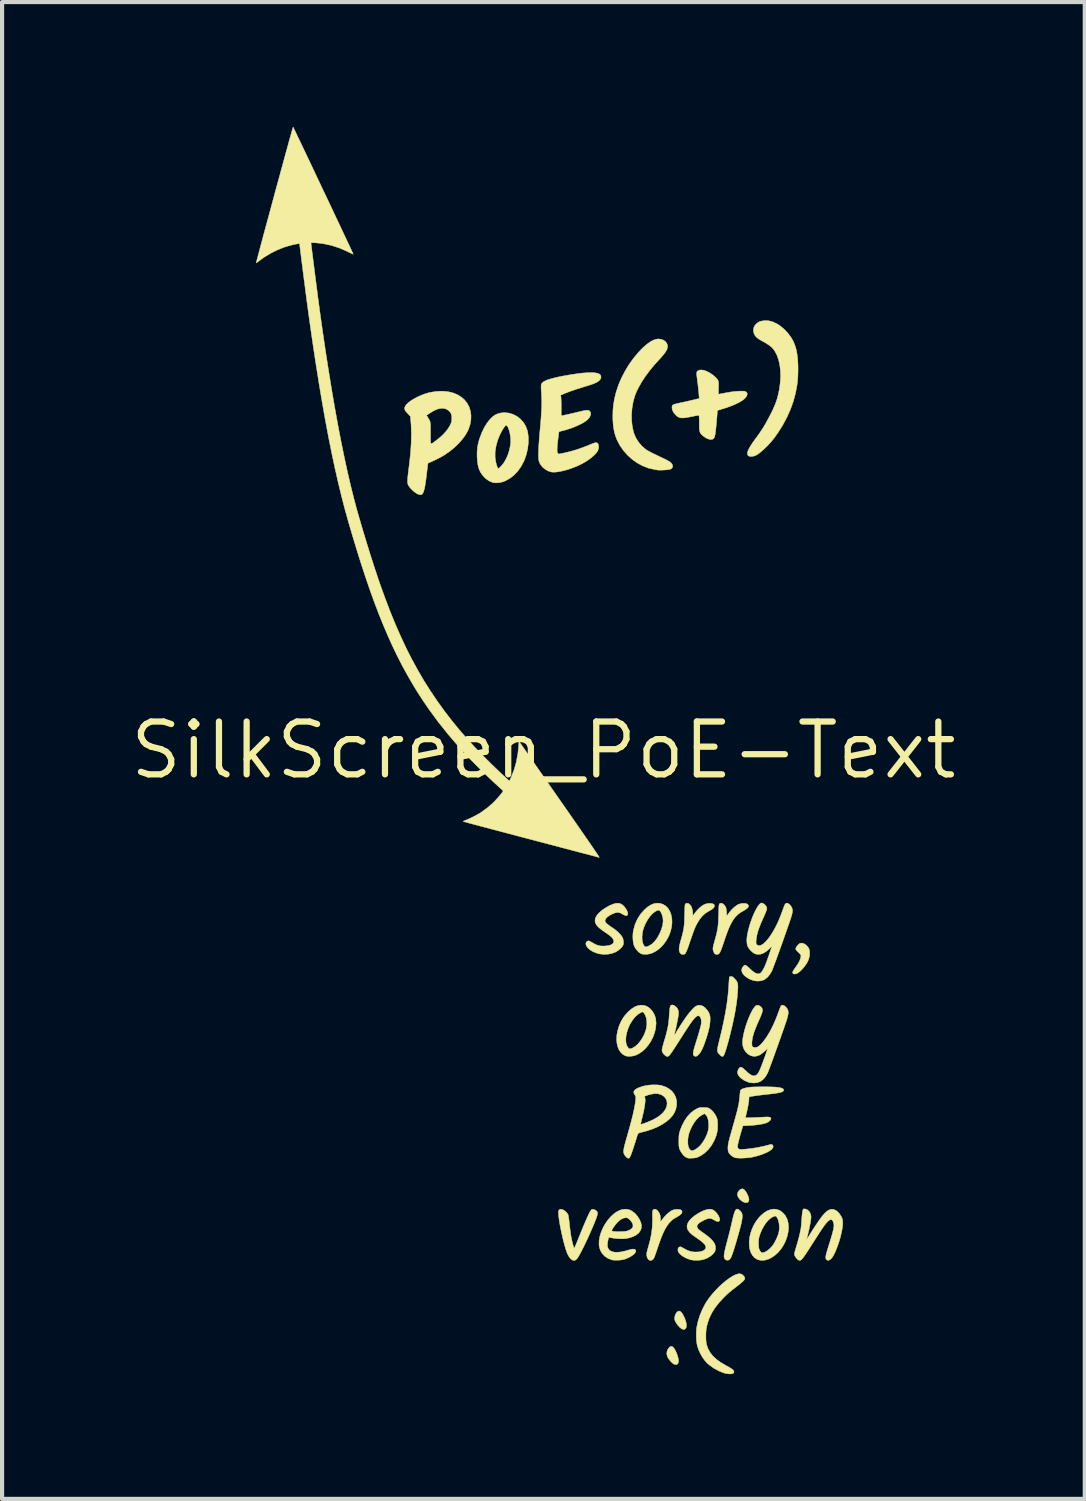
<source format=kicad_pcb>
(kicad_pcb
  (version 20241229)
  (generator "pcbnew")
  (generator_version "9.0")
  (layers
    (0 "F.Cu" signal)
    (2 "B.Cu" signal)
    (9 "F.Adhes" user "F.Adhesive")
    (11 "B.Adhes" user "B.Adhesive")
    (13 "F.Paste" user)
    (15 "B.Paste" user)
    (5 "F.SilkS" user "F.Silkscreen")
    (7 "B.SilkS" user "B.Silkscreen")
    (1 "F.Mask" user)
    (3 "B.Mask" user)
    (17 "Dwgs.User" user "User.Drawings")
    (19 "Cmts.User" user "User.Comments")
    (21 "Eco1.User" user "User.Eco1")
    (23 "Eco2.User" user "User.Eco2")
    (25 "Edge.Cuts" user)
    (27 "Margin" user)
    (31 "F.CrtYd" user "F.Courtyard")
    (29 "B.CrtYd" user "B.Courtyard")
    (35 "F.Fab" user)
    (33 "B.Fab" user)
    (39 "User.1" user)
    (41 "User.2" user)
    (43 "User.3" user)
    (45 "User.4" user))
  (footprint "SilkScreen_PoE-Text"
    (layer "F.Cu")
    (at 10.016 14.988)
    (property "Reference" "SilkScreen_PoE-Text" (at 0 0 0) (layer "F.SilkS") (effects (font (size 1.27 1.27) (thickness 0.15))))
    (attr through_hole)
    (fp_poly (pts (xy 4.808 10.551) (xy 4.836 10.574) (xy 4.865 10.612) (xy 4.894 10.66) (xy 4.918 10.712) (xy 4.935 10.762) (xy 4.942 10.805) (xy 4.942 10.809) (xy 4.934 10.846) (xy 4.912 10.87) (xy 4.879 10.879) (xy 4.838 10.874) (xy 4.792 10.854) (xy 4.777 10.845) (xy 4.726 10.804) (xy 4.689 10.757) (xy 4.668 10.71) (xy 4.663 10.678) (xy 4.672 10.637) (xy 4.693 10.6) (xy 4.722 10.569) (xy 4.755 10.55) (xy 4.789 10.545) (xy 4.808 10.551)) (stroke (width 0.01) (type solid)) (fill yes) (layer "F.SilkS"))
    (fp_poly (pts (xy 3.109 14.347) (xy 3.116 14.352) (xy 3.141 14.38) (xy 3.168 14.424) (xy 3.194 14.478) (xy 3.217 14.538) (xy 3.235 14.597) (xy 3.246 14.651) (xy 3.249 14.684) (xy 3.242 14.73) (xy 3.222 14.76) (xy 3.192 14.773) (xy 3.153 14.767) (xy 3.127 14.755) (xy 3.092 14.727) (xy 3.054 14.688) (xy 3.018 14.643) (xy 2.99 14.6) (xy 2.985 14.59) (xy 2.967 14.529) (xy 2.968 14.467) (xy 2.989 14.408) (xy 3.024 14.359) (xy 3.053 14.336) (xy 3.079 14.332) (xy 3.109 14.347)) (stroke (width 0.01) (type solid)) (fill yes) (layer "F.SilkS"))
    (fp_poly (pts (xy 3.292 13.493) (xy 3.323 13.523) (xy 3.354 13.569) (xy 3.386 13.631) (xy 3.415 13.706) (xy 3.418 13.714) (xy 3.434 13.778) (xy 3.439 13.834) (xy 3.433 13.878) (xy 3.416 13.909) (xy 3.391 13.925) (xy 3.357 13.925) (xy 3.318 13.908) (xy 3.276 13.875) (xy 3.234 13.829) (xy 3.192 13.769) (xy 3.169 13.73) (xy 3.157 13.697) (xy 3.154 13.662) (xy 3.154 13.66) (xy 3.16 13.608) (xy 3.176 13.56) (xy 3.201 13.521) (xy 3.23 13.493) (xy 3.262 13.483) (xy 3.262 13.483) (xy 3.292 13.493)) (stroke (width 0.01) (type solid)) (fill yes) (layer "F.SilkS"))
    (fp_poly (pts (xy 6.219 4.638) (xy 6.273 4.655) (xy 6.323 4.69) (xy 6.367 4.742) (xy 6.369 4.744) (xy 6.386 4.774) (xy 6.395 4.806) (xy 6.4 4.849) (xy 6.401 4.864) (xy 6.397 4.95) (xy 6.374 5.036) (xy 6.332 5.121) (xy 6.271 5.208) (xy 6.225 5.261) (xy 6.168 5.318) (xy 6.117 5.357) (xy 6.073 5.377) (xy 6.034 5.381) (xy 6.014 5.376) (xy 5.996 5.364) (xy 5.991 5.344) (xy 5.999 5.316) (xy 6.022 5.277) (xy 6.058 5.225) (xy 6.061 5.222) (xy 6.117 5.14) (xy 6.157 5.068) (xy 6.181 5.006) (xy 6.189 4.967) (xy 6.191 4.944) (xy 6.188 4.927) (xy 6.178 4.909) (xy 6.158 4.887) (xy 6.129 4.859) (xy 6.099 4.829) (xy 6.077 4.802) (xy 6.065 4.783) (xy 6.064 4.779) (xy 6.073 4.746) (xy 6.097 4.707) (xy 6.133 4.669) (xy 6.134 4.668) (xy 6.161 4.646) (xy 6.184 4.638) (xy 6.212 4.638) (xy 6.219 4.638)) (stroke (width 0.01) (type solid)) (fill yes) (layer "F.SilkS"))
    (fp_poly (pts (xy 4.686 11.039) (xy 4.712 11.058) (xy 4.724 11.069) (xy 4.752 11.1) (xy 4.771 11.133) (xy 4.781 11.173) (xy 4.782 11.222) (xy 4.775 11.282) (xy 4.76 11.359) (xy 4.753 11.392) (xy 4.733 11.471) (xy 4.71 11.558) (xy 4.685 11.649) (xy 4.658 11.742) (xy 4.631 11.834) (xy 4.604 11.922) (xy 4.579 12.004) (xy 4.555 12.076) (xy 4.534 12.136) (xy 4.517 12.18) (xy 4.506 12.204) (xy 4.477 12.242) (xy 4.443 12.262) (xy 4.406 12.261) (xy 4.387 12.253) (xy 4.368 12.24) (xy 4.354 12.222) (xy 4.345 12.198) (xy 4.342 12.167) (xy 4.345 12.125) (xy 4.353 12.072) (xy 4.368 12.004) (xy 4.388 11.921) (xy 4.415 11.819) (xy 4.417 11.811) (xy 4.439 11.728) (xy 4.462 11.639) (xy 4.484 11.552) (xy 4.503 11.471) (xy 4.519 11.402) (xy 4.525 11.379) (xy 4.548 11.277) (xy 4.569 11.194) (xy 4.588 11.13) (xy 4.606 11.083) (xy 4.624 11.051) (xy 4.643 11.035) (xy 4.663 11.031) (xy 4.686 11.039)) (stroke (width 0.01) (type solid)) (fill yes) (layer "F.SilkS"))
    (fp_poly (pts (xy 4.535 5.443) (xy 4.555 5.453) (xy 4.579 5.474) (xy 4.602 5.499) (xy 4.63 5.53) (xy 4.65 5.559) (xy 4.664 5.588) (xy 4.672 5.623) (xy 4.676 5.665) (xy 4.675 5.72) (xy 4.671 5.791) (xy 4.669 5.819) (xy 4.657 5.96) (xy 4.638 6.107) (xy 4.614 6.262) (xy 4.582 6.427) (xy 4.544 6.606) (xy 4.497 6.801) (xy 4.476 6.884) (xy 4.451 6.983) (xy 4.425 7.074) (xy 4.401 7.157) (xy 4.379 7.228) (xy 4.359 7.285) (xy 4.342 7.325) (xy 4.333 7.342) (xy 4.316 7.36) (xy 4.297 7.363) (xy 4.272 7.351) (xy 4.239 7.321) (xy 4.231 7.313) (xy 4.211 7.29) (xy 4.195 7.269) (xy 4.186 7.247) (xy 4.182 7.22) (xy 4.184 7.186) (xy 4.191 7.141) (xy 4.204 7.083) (xy 4.222 7.008) (xy 4.227 6.987) (xy 4.286 6.745) (xy 4.335 6.519) (xy 4.376 6.309) (xy 4.409 6.111) (xy 4.433 5.925) (xy 4.45 5.747) (xy 4.456 5.651) (xy 4.459 5.589) (xy 4.463 5.535) (xy 4.466 5.491) (xy 4.47 5.461) (xy 4.472 5.45) (xy 4.486 5.443) (xy 4.511 5.44) (xy 4.513 5.44) (xy 4.535 5.443)) (stroke (width 0.01) (type solid)) (fill yes) (layer "F.SilkS"))
    (fp_poly (pts (xy 2.697 11.036) (xy 2.728 11.056) (xy 2.753 11.081) (xy 2.787 11.129) (xy 2.807 11.188) (xy 2.815 11.261) (xy 2.815 11.277) (xy 2.815 11.337) (xy 2.862 11.275) (xy 2.912 11.214) (xy 2.967 11.158) (xy 3.022 11.11) (xy 3.073 11.075) (xy 3.092 11.065) (xy 3.142 11.046) (xy 3.195 11.039) (xy 3.218 11.039) (xy 3.272 11.042) (xy 3.309 11.054) (xy 3.329 11.076) (xy 3.334 11.101) (xy 3.327 11.128) (xy 3.305 11.155) (xy 3.267 11.186) (xy 3.211 11.221) (xy 3.187 11.234) (xy 3.125 11.272) (xy 3.07 11.318) (xy 3.018 11.373) (xy 2.969 11.44) (xy 2.922 11.52) (xy 2.876 11.614) (xy 2.83 11.725) (xy 2.783 11.854) (xy 2.756 11.933) (xy 2.733 12.002) (xy 2.711 12.066) (xy 2.692 12.121) (xy 2.676 12.165) (xy 2.665 12.194) (xy 2.661 12.203) (xy 2.635 12.241) (xy 2.602 12.263) (xy 2.569 12.269) (xy 2.556 12.266) (xy 2.522 12.242) (xy 2.497 12.204) (xy 2.484 12.154) (xy 2.484 12.097) (xy 2.486 12.079) (xy 2.494 12.046) (xy 2.506 12) (xy 2.52 11.948) (xy 2.529 11.916) (xy 2.57 11.762) (xy 2.599 11.614) (xy 2.616 11.464) (xy 2.622 11.306) (xy 2.622 11.225) (xy 2.621 11.165) (xy 2.621 11.122) (xy 2.622 11.092) (xy 2.626 11.074) (xy 2.631 11.062) (xy 2.639 11.053) (xy 2.645 11.048) (xy 2.671 11.034) (xy 2.697 11.036)) (stroke (width 0.01) (type solid)) (fill yes) (layer "F.SilkS"))
    (fp_poly (pts (xy 3.478 3.682) (xy 3.491 3.687) (xy 3.53 3.72) (xy 3.561 3.769) (xy 3.58 3.834) (xy 3.588 3.892) (xy 3.593 3.98) (xy 3.64 3.915) (xy 3.692 3.852) (xy 3.751 3.793) (xy 3.81 3.744) (xy 3.864 3.711) (xy 3.911 3.693) (xy 3.961 3.684) (xy 4.011 3.682) (xy 4.056 3.687) (xy 4.09 3.7) (xy 4.11 3.72) (xy 4.111 3.724) (xy 4.112 3.754) (xy 4.097 3.784) (xy 4.064 3.816) (xy 4.011 3.85) (xy 3.962 3.877) (xy 3.886 3.926) (xy 3.814 3.994) (xy 3.747 4.079) (xy 3.687 4.179) (xy 3.648 4.259) (xy 3.632 4.299) (xy 3.611 4.354) (xy 3.587 4.42) (xy 3.562 4.491) (xy 3.537 4.564) (xy 3.532 4.577) (xy 3.5 4.672) (xy 3.474 4.747) (xy 3.451 4.806) (xy 3.432 4.849) (xy 3.416 4.879) (xy 3.402 4.897) (xy 3.392 4.904) (xy 3.356 4.911) (xy 3.321 4.906) (xy 3.299 4.892) (xy 3.278 4.862) (xy 3.265 4.827) (xy 3.261 4.783) (xy 3.266 4.729) (xy 3.279 4.661) (xy 3.301 4.577) (xy 3.303 4.572) (xy 3.329 4.478) (xy 3.35 4.399) (xy 3.365 4.329) (xy 3.376 4.263) (xy 3.384 4.196) (xy 3.389 4.121) (xy 3.392 4.035) (xy 3.393 3.979) (xy 3.395 3.909) (xy 3.397 3.845) (xy 3.399 3.79) (xy 3.401 3.748) (xy 3.403 3.722) (xy 3.403 3.717) (xy 3.418 3.69) (xy 3.445 3.678) (xy 3.478 3.682)) (stroke (width 0.01) (type solid)) (fill yes) (layer "F.SilkS"))
    (fp_poly (pts (xy 4.304 3.684) (xy 4.339 3.711) (xy 4.374 3.756) (xy 4.374 3.756) (xy 4.387 3.783) (xy 4.395 3.817) (xy 4.401 3.863) (xy 4.403 3.888) (xy 4.408 3.983) (xy 4.464 3.908) (xy 4.528 3.831) (xy 4.596 3.767) (xy 4.664 3.719) (xy 4.683 3.709) (xy 4.727 3.693) (xy 4.778 3.683) (xy 4.828 3.681) (xy 4.872 3.686) (xy 4.904 3.699) (xy 4.911 3.704) (xy 4.929 3.732) (xy 4.93 3.76) (xy 4.911 3.789) (xy 4.873 3.821) (xy 4.816 3.857) (xy 4.805 3.863) (xy 4.746 3.897) (xy 4.693 3.935) (xy 4.646 3.977) (xy 4.601 4.026) (xy 4.56 4.083) (xy 4.52 4.151) (xy 4.48 4.23) (xy 4.44 4.324) (xy 4.399 4.432) (xy 4.355 4.559) (xy 4.314 4.683) (xy 4.287 4.76) (xy 4.264 4.819) (xy 4.244 4.861) (xy 4.223 4.889) (xy 4.203 4.905) (xy 4.18 4.911) (xy 4.177 4.911) (xy 4.147 4.907) (xy 4.125 4.897) (xy 4.105 4.874) (xy 4.088 4.837) (xy 4.077 4.796) (xy 4.075 4.77) (xy 4.077 4.747) (xy 4.085 4.708) (xy 4.097 4.659) (xy 4.112 4.603) (xy 4.118 4.581) (xy 4.144 4.488) (xy 4.164 4.409) (xy 4.179 4.339) (xy 4.191 4.273) (xy 4.199 4.206) (xy 4.205 4.131) (xy 4.208 4.045) (xy 4.211 3.96) (xy 4.213 3.879) (xy 4.215 3.817) (xy 4.217 3.771) (xy 4.22 3.738) (xy 4.223 3.716) (xy 4.227 3.702) (xy 4.232 3.693) (xy 4.239 3.687) (xy 4.27 3.676) (xy 4.304 3.684)) (stroke (width 0.01) (type solid)) (fill yes) (layer "F.SilkS"))
    (fp_poly (pts (xy 2.807 3.682) (xy 2.882 3.708) (xy 2.947 3.75) (xy 3 3.807) (xy 3.042 3.877) (xy 3.071 3.958) (xy 3.088 4.047) (xy 3.092 4.144) (xy 3.082 4.245) (xy 3.058 4.35) (xy 3.019 4.456) (xy 3.01 4.475) (xy 2.953 4.579) (xy 2.884 4.673) (xy 2.806 4.755) (xy 2.72 4.821) (xy 2.63 4.871) (xy 2.56 4.895) (xy 2.492 4.907) (xy 2.424 4.908) (xy 2.363 4.899) (xy 2.361 4.898) (xy 2.325 4.88) (xy 2.285 4.848) (xy 2.245 4.806) (xy 2.21 4.759) (xy 2.185 4.713) (xy 2.181 4.704) (xy 2.163 4.641) (xy 2.153 4.564) (xy 2.15 4.491) (xy 2.371 4.491) (xy 2.374 4.564) (xy 2.386 4.628) (xy 2.406 4.68) (xy 2.425 4.706) (xy 2.442 4.722) (xy 2.458 4.729) (xy 2.48 4.726) (xy 2.511 4.715) (xy 2.536 4.704) (xy 2.606 4.662) (xy 2.673 4.599) (xy 2.735 4.516) (xy 2.787 4.423) (xy 2.836 4.311) (xy 2.866 4.207) (xy 2.878 4.111) (xy 2.871 4.021) (xy 2.845 3.938) (xy 2.837 3.92) (xy 2.813 3.878) (xy 2.792 3.854) (xy 2.769 3.846) (xy 2.74 3.851) (xy 2.735 3.853) (xy 2.676 3.885) (xy 2.616 3.935) (xy 2.558 3.999) (xy 2.505 4.076) (xy 2.457 4.161) (xy 2.418 4.252) (xy 2.391 4.336) (xy 2.377 4.414) (xy 2.371 4.491) (xy 2.15 4.491) (xy 2.149 4.481) (xy 2.154 4.396) (xy 2.164 4.329) (xy 2.202 4.19) (xy 2.258 4.062) (xy 2.333 3.944) (xy 2.423 3.841) (xy 2.504 3.769) (xy 2.583 3.718) (xy 2.66 3.687) (xy 2.738 3.676) (xy 2.807 3.682)) (stroke (width 0.01) (type solid)) (fill yes) (layer "F.SilkS"))
    (fp_poly (pts (xy 2.429 6.138) (xy 2.447 6.142) (xy 2.511 6.171) (xy 2.57 6.218) (xy 2.622 6.278) (xy 2.664 6.349) (xy 2.692 6.426) (xy 2.699 6.455) (xy 2.709 6.561) (xy 2.7 6.671) (xy 2.676 6.782) (xy 2.637 6.891) (xy 2.585 6.995) (xy 2.52 7.092) (xy 2.446 7.178) (xy 2.364 7.251) (xy 2.274 7.308) (xy 2.217 7.334) (xy 2.155 7.351) (xy 2.09 7.36) (xy 2.029 7.36) (xy 1.984 7.352) (xy 1.918 7.32) (xy 1.864 7.271) (xy 1.82 7.209) (xy 1.788 7.133) (xy 1.768 7.048) (xy 1.76 6.964) (xy 1.98 6.964) (xy 1.986 7.039) (xy 2.005 7.102) (xy 2.034 7.15) (xy 2.053 7.17) (xy 2.07 7.179) (xy 2.091 7.179) (xy 2.121 7.169) (xy 2.155 7.153) (xy 2.215 7.115) (xy 2.274 7.061) (xy 2.33 6.992) (xy 2.382 6.913) (xy 2.426 6.828) (xy 2.459 6.74) (xy 2.475 6.68) (xy 2.486 6.6) (xy 2.485 6.52) (xy 2.474 6.444) (xy 2.453 6.378) (xy 2.423 6.326) (xy 2.422 6.325) (xy 2.402 6.302) (xy 2.388 6.293) (xy 2.371 6.295) (xy 2.353 6.302) (xy 2.282 6.343) (xy 2.213 6.403) (xy 2.149 6.48) (xy 2.09 6.573) (xy 2.074 6.604) (xy 2.033 6.697) (xy 2.004 6.79) (xy 1.986 6.88) (xy 1.98 6.964) (xy 1.76 6.964) (xy 1.76 6.955) (xy 1.764 6.856) (xy 1.782 6.753) (xy 1.813 6.648) (xy 1.834 6.593) (xy 1.871 6.513) (xy 1.908 6.447) (xy 1.95 6.388) (xy 2.001 6.329) (xy 2.032 6.295) (xy 2.113 6.223) (xy 2.192 6.171) (xy 2.271 6.14) (xy 2.349 6.129) (xy 2.429 6.138)) (stroke (width 0.01) (type solid)) (fill yes) (layer "F.SilkS"))
    (fp_poly (pts (xy 5.612 11.04) (xy 5.683 11.066) (xy 5.748 11.113) (xy 5.807 11.178) (xy 5.822 11.2) (xy 5.863 11.282) (xy 5.886 11.375) (xy 5.894 11.477) (xy 5.884 11.585) (xy 5.858 11.698) (xy 5.817 11.811) (xy 5.767 11.909) (xy 5.708 11.998) (xy 5.64 12.077) (xy 5.566 12.143) (xy 5.488 12.197) (xy 5.409 12.236) (xy 5.329 12.26) (xy 5.251 12.267) (xy 5.176 12.255) (xy 5.137 12.241) (xy 5.075 12.201) (xy 5.025 12.146) (xy 4.988 12.078) (xy 4.962 12) (xy 4.949 11.913) (xy 4.948 11.848) (xy 5.171 11.848) (xy 5.173 11.919) (xy 5.18 11.973) (xy 5.194 12.015) (xy 5.215 12.049) (xy 5.224 12.06) (xy 5.244 12.076) (xy 5.265 12.082) (xy 5.293 12.078) (xy 5.333 12.061) (xy 5.352 12.052) (xy 5.394 12.025) (xy 5.441 11.985) (xy 5.487 11.937) (xy 5.526 11.888) (xy 5.557 11.837) (xy 5.59 11.774) (xy 5.62 11.707) (xy 5.645 11.643) (xy 5.658 11.6) (xy 5.669 11.532) (xy 5.672 11.459) (xy 5.666 11.387) (xy 5.653 11.321) (xy 5.633 11.264) (xy 5.607 11.221) (xy 5.598 11.212) (xy 5.584 11.202) (xy 5.57 11.2) (xy 5.549 11.205) (xy 5.529 11.213) (xy 5.471 11.245) (xy 5.412 11.295) (xy 5.354 11.36) (xy 5.301 11.439) (xy 5.253 11.527) (xy 5.213 11.622) (xy 5.209 11.634) (xy 5.191 11.688) (xy 5.18 11.73) (xy 5.174 11.771) (xy 5.171 11.816) (xy 5.171 11.848) (xy 4.948 11.848) (xy 4.947 11.82) (xy 4.957 11.722) (xy 4.978 11.622) (xy 5.011 11.523) (xy 5.054 11.425) (xy 5.109 11.332) (xy 5.174 11.245) (xy 5.218 11.198) (xy 5.298 11.127) (xy 5.378 11.076) (xy 5.459 11.045) (xy 5.537 11.032) (xy 5.612 11.04)) (stroke (width 0.01) (type solid)) (fill yes) (layer "F.SilkS"))
    (fp_poly (pts (xy 5.408 -10.327) (xy 5.504 -10.303) (xy 5.6 -10.261) (xy 5.695 -10.201) (xy 5.787 -10.123) (xy 5.876 -10.029) (xy 5.897 -10.003) (xy 5.957 -9.92) (xy 6.007 -9.833) (xy 6.046 -9.739) (xy 6.077 -9.637) (xy 6.099 -9.524) (xy 6.113 -9.397) (xy 6.121 -9.254) (xy 6.122 -9.16) (xy 6.12 -9.048) (xy 6.116 -8.95) (xy 6.108 -8.859) (xy 6.096 -8.768) (xy 6.078 -8.67) (xy 6.058 -8.572) (xy 6.008 -8.387) (xy 5.94 -8.197) (xy 5.855 -8.006) (xy 5.755 -7.819) (xy 5.641 -7.637) (xy 5.543 -7.5) (xy 5.482 -7.425) (xy 5.414 -7.349) (xy 5.343 -7.277) (xy 5.272 -7.211) (xy 5.204 -7.154) (xy 5.142 -7.109) (xy 5.103 -7.087) (xy 5.065 -7.073) (xy 5.021 -7.065) (xy 4.978 -7.063) (xy 4.946 -7.069) (xy 4.946 -7.069) (xy 4.919 -7.087) (xy 4.905 -7.113) (xy 4.904 -7.148) (xy 4.915 -7.193) (xy 4.941 -7.249) (xy 4.98 -7.317) (xy 5.033 -7.398) (xy 5.101 -7.493) (xy 5.116 -7.512) (xy 5.199 -7.627) (xy 5.272 -7.738) (xy 5.341 -7.852) (xy 5.409 -7.976) (xy 5.444 -8.043) (xy 5.495 -8.144) (xy 5.535 -8.23) (xy 5.568 -8.307) (xy 5.595 -8.378) (xy 5.618 -8.447) (xy 5.634 -8.504) (xy 5.67 -8.666) (xy 5.692 -8.825) (xy 5.702 -8.979) (xy 5.698 -9.125) (xy 5.682 -9.263) (xy 5.653 -9.39) (xy 5.612 -9.504) (xy 5.558 -9.603) (xy 5.525 -9.649) (xy 5.477 -9.698) (xy 5.411 -9.749) (xy 5.326 -9.802) (xy 5.249 -9.844) (xy 5.173 -9.888) (xy 5.117 -9.934) (xy 5.078 -9.984) (xy 5.056 -10.039) (xy 5.048 -10.103) (xy 5.048 -10.109) (xy 5.059 -10.165) (xy 5.087 -10.218) (xy 5.13 -10.264) (xy 5.184 -10.299) (xy 5.222 -10.314) (xy 5.314 -10.33) (xy 5.408 -10.327)) (stroke (width 0.01) (type solid)) (fill yes) (layer "F.SilkS"))
    (fp_poly (pts (xy -0.832 -8.107) (xy -0.732 -8.077) (xy -0.64 -8.03) (xy -0.559 -7.968) (xy -0.488 -7.891) (xy -0.432 -7.802) (xy -0.392 -7.703) (xy -0.376 -7.638) (xy -0.361 -7.516) (xy -0.363 -7.385) (xy -0.379 -7.25) (xy -0.409 -7.117) (xy -0.452 -6.99) (xy -0.471 -6.946) (xy -0.538 -6.822) (xy -0.616 -6.711) (xy -0.706 -6.616) (xy -0.804 -6.539) (xy -0.91 -6.479) (xy -0.971 -6.455) (xy -1.03 -6.439) (xy -1.094 -6.43) (xy -1.156 -6.428) (xy -1.208 -6.434) (xy -1.222 -6.438) (xy -1.305 -6.474) (xy -1.377 -6.523) (xy -1.418 -6.56) (xy -1.474 -6.624) (xy -1.518 -6.692) (xy -1.551 -6.766) (xy -1.574 -6.852) (xy -1.588 -6.951) (xy -1.595 -7.048) (xy -1.595 -7.049) (xy -1.162 -7.049) (xy -1.145 -6.929) (xy -1.125 -6.853) (xy -1.108 -6.807) (xy -1.093 -6.781) (xy -1.079 -6.773) (xy -1.069 -6.781) (xy -1.048 -6.8) (xy -1.02 -6.828) (xy -1.007 -6.842) (xy -0.947 -6.918) (xy -0.895 -7.011) (xy -0.85 -7.114) (xy -0.816 -7.225) (xy -0.794 -7.339) (xy -0.787 -7.403) (xy -0.787 -7.468) (xy -0.793 -7.538) (xy -0.804 -7.609) (xy -0.82 -7.676) (xy -0.839 -7.734) (xy -0.86 -7.781) (xy -0.883 -7.81) (xy -0.884 -7.811) (xy -0.899 -7.811) (xy -0.92 -7.794) (xy -0.946 -7.762) (xy -0.975 -7.719) (xy -1.006 -7.666) (xy -1.037 -7.606) (xy -1.066 -7.541) (xy -1.092 -7.475) (xy -1.105 -7.437) (xy -1.142 -7.3) (xy -1.161 -7.172) (xy -1.162 -7.049) (xy -1.595 -7.049) (xy -1.596 -7.161) (xy -1.589 -7.262) (xy -1.572 -7.359) (xy -1.546 -7.46) (xy -1.529 -7.51) (xy -1.482 -7.635) (xy -1.427 -7.75) (xy -1.366 -7.852) (xy -1.3 -7.94) (xy -1.231 -8.011) (xy -1.175 -8.054) (xy -1.111 -8.085) (xy -1.036 -8.107) (xy -0.957 -8.117) (xy -0.937 -8.117) (xy -0.832 -8.107)) (stroke (width 0.01) (type solid)) (fill yes) (layer "F.SilkS"))
    (fp_poly (pts (xy 4.745 12.591) (xy 4.789 12.613) (xy 4.823 12.65) (xy 4.83 12.661) (xy 4.841 12.687) (xy 4.843 12.705) (xy 4.835 12.724) (xy 4.83 12.733) (xy 4.814 12.752) (xy 4.786 12.78) (xy 4.747 12.813) (xy 4.703 12.85) (xy 4.688 12.861) (xy 4.618 12.916) (xy 4.561 12.96) (xy 4.515 12.997) (xy 4.477 13.028) (xy 4.445 13.056) (xy 4.415 13.083) (xy 4.384 13.113) (xy 4.349 13.147) (xy 4.339 13.157) (xy 4.221 13.283) (xy 4.124 13.408) (xy 4.045 13.534) (xy 3.984 13.664) (xy 3.94 13.797) (xy 3.92 13.883) (xy 3.912 13.941) (xy 3.907 14.012) (xy 3.906 14.087) (xy 3.907 14.162) (xy 3.912 14.229) (xy 3.92 14.281) (xy 3.921 14.285) (xy 3.954 14.383) (xy 4.003 14.475) (xy 4.071 14.562) (xy 4.157 14.643) (xy 4.263 14.72) (xy 4.389 14.794) (xy 4.401 14.8) (xy 4.473 14.84) (xy 4.527 14.874) (xy 4.562 14.903) (xy 4.58 14.93) (xy 4.582 14.954) (xy 4.569 14.976) (xy 4.566 14.98) (xy 4.542 14.991) (xy 4.503 14.996) (xy 4.454 14.995) (xy 4.4 14.988) (xy 4.345 14.975) (xy 4.334 14.971) (xy 4.217 14.924) (xy 4.101 14.861) (xy 3.993 14.785) (xy 3.938 14.738) (xy 3.881 14.675) (xy 3.825 14.598) (xy 3.775 14.51) (xy 3.732 14.418) (xy 3.702 14.328) (xy 3.699 14.319) (xy 3.687 14.253) (xy 3.678 14.172) (xy 3.675 14.083) (xy 3.676 13.993) (xy 3.681 13.909) (xy 3.688 13.863) (xy 3.719 13.723) (xy 3.765 13.579) (xy 3.825 13.437) (xy 3.894 13.304) (xy 3.93 13.248) (xy 3.993 13.158) (xy 4.066 13.068) (xy 4.144 12.981) (xy 4.226 12.898) (xy 4.31 12.82) (xy 4.394 12.751) (xy 4.475 12.692) (xy 4.552 12.643) (xy 4.622 12.609) (xy 4.682 12.59) (xy 4.697 12.587) (xy 4.745 12.591)) (stroke (width 0.01) (type solid)) (fill yes) (layer "F.SilkS"))
    (fp_poly (pts (xy 0.446 11.039) (xy 0.449 11.04) (xy 0.487 11.057) (xy 0.528 11.087) (xy 0.565 11.124) (xy 0.589 11.158) (xy 0.596 11.18) (xy 0.604 11.221) (xy 0.612 11.277) (xy 0.621 11.345) (xy 0.625 11.386) (xy 0.633 11.459) (xy 0.642 11.534) (xy 0.652 11.605) (xy 0.66 11.665) (xy 0.666 11.698) (xy 0.677 11.753) (xy 0.689 11.81) (xy 0.703 11.863) (xy 0.715 11.909) (xy 0.727 11.945) (xy 0.736 11.966) (xy 0.74 11.97) (xy 0.742 11.969) (xy 0.746 11.964) (xy 0.751 11.955) (xy 0.758 11.939) (xy 0.769 11.915) (xy 0.784 11.88) (xy 0.803 11.834) (xy 0.828 11.774) (xy 0.858 11.698) (xy 0.896 11.605) (xy 0.911 11.568) (xy 0.964 11.438) (xy 1.011 11.329) (xy 1.051 11.237) (xy 1.084 11.165) (xy 1.113 11.109) (xy 1.135 11.07) (xy 1.153 11.048) (xy 1.159 11.043) (xy 1.19 11.036) (xy 1.227 11.045) (xy 1.265 11.068) (xy 1.275 11.076) (xy 1.293 11.095) (xy 1.3 11.114) (xy 1.3 11.141) (xy 1.298 11.155) (xy 1.291 11.188) (xy 1.275 11.238) (xy 1.251 11.301) (xy 1.222 11.375) (xy 1.187 11.459) (xy 1.148 11.548) (xy 1.107 11.641) (xy 1.064 11.736) (xy 1.02 11.829) (xy 0.977 11.918) (xy 0.936 12.001) (xy 0.898 12.075) (xy 0.864 12.137) (xy 0.836 12.186) (xy 0.813 12.218) (xy 0.809 12.223) (xy 0.777 12.254) (xy 0.75 12.268) (xy 0.722 12.268) (xy 0.702 12.261) (xy 0.661 12.234) (xy 0.622 12.188) (xy 0.586 12.127) (xy 0.56 12.066) (xy 0.537 11.996) (xy 0.512 11.914) (xy 0.488 11.824) (xy 0.464 11.729) (xy 0.442 11.63) (xy 0.421 11.532) (xy 0.402 11.436) (xy 0.386 11.345) (xy 0.374 11.263) (xy 0.365 11.191) (xy 0.361 11.133) (xy 0.361 11.091) (xy 0.363 11.078) (xy 0.379 11.048) (xy 0.406 11.035) (xy 0.446 11.039)) (stroke (width 0.01) (type solid)) (fill yes) (layer "F.SilkS"))
    (fp_poly (pts (xy 2.832 -9.88) (xy 2.89 -9.858) (xy 2.936 -9.823) (xy 2.969 -9.778) (xy 2.984 -9.726) (xy 2.985 -9.71) (xy 2.981 -9.675) (xy 2.97 -9.638) (xy 2.949 -9.597) (xy 2.918 -9.551) (xy 2.874 -9.496) (xy 2.818 -9.431) (xy 2.761 -9.369) (xy 2.651 -9.247) (xy 2.548 -9.121) (xy 2.454 -8.994) (xy 2.37 -8.867) (xy 2.299 -8.745) (xy 2.241 -8.63) (xy 2.199 -8.523) (xy 2.197 -8.52) (xy 2.157 -8.375) (xy 2.131 -8.225) (xy 2.119 -8.073) (xy 2.121 -7.924) (xy 2.137 -7.782) (xy 2.166 -7.651) (xy 2.176 -7.621) (xy 2.223 -7.509) (xy 2.289 -7.405) (xy 2.368 -7.312) (xy 2.459 -7.234) (xy 2.46 -7.234) (xy 2.48 -7.22) (xy 2.502 -7.206) (xy 2.529 -7.191) (xy 2.562 -7.173) (xy 2.603 -7.152) (xy 2.655 -7.126) (xy 2.72 -7.095) (xy 2.799 -7.057) (xy 2.894 -7.011) (xy 2.927 -6.996) (xy 2.974 -6.972) (xy 3.017 -6.947) (xy 3.051 -6.925) (xy 3.066 -6.913) (xy 3.096 -6.872) (xy 3.108 -6.833) (xy 3.101 -6.797) (xy 3.076 -6.769) (xy 3.04 -6.752) (xy 3.015 -6.748) (xy 2.975 -6.743) (xy 2.927 -6.739) (xy 2.875 -6.736) (xy 2.826 -6.734) (xy 2.784 -6.734) (xy 2.757 -6.735) (xy 2.752 -6.736) (xy 2.734 -6.739) (xy 2.702 -6.745) (xy 2.662 -6.752) (xy 2.656 -6.753) (xy 2.518 -6.785) (xy 2.384 -6.838) (xy 2.256 -6.907) (xy 2.135 -6.992) (xy 2.024 -7.092) (xy 1.925 -7.203) (xy 1.841 -7.324) (xy 1.772 -7.454) (xy 1.731 -7.56) (xy 1.706 -7.649) (xy 1.688 -7.74) (xy 1.676 -7.838) (xy 1.669 -7.949) (xy 1.668 -8.038) (xy 1.672 -8.182) (xy 1.685 -8.315) (xy 1.707 -8.446) (xy 1.74 -8.583) (xy 1.753 -8.628) (xy 1.808 -8.791) (xy 1.879 -8.955) (xy 1.963 -9.117) (xy 2.058 -9.274) (xy 2.163 -9.421) (xy 2.274 -9.556) (xy 2.39 -9.677) (xy 2.484 -9.759) (xy 2.566 -9.818) (xy 2.641 -9.859) (xy 2.71 -9.882) (xy 2.766 -9.889) (xy 2.832 -9.88)) (stroke (width 0.01) (type solid)) (fill yes) (layer "F.SilkS"))
    (fp_poly (pts (xy 1.857 3.692) (xy 1.904 3.721) (xy 1.911 3.727) (xy 1.95 3.767) (xy 1.983 3.812) (xy 2.008 3.858) (xy 2.025 3.901) (xy 2.03 3.937) (xy 2.022 3.962) (xy 2.022 3.963) (xy 2.003 3.976) (xy 1.977 3.977) (xy 1.941 3.963) (xy 1.9 3.94) (xy 1.85 3.913) (xy 1.803 3.901) (xy 1.755 3.902) (xy 1.701 3.918) (xy 1.648 3.941) (xy 1.58 3.978) (xy 1.529 4.016) (xy 1.496 4.054) (xy 1.482 4.09) (xy 1.482 4.096) (xy 1.485 4.118) (xy 1.498 4.142) (xy 1.522 4.168) (xy 1.559 4.198) (xy 1.61 4.236) (xy 1.659 4.268) (xy 1.732 4.321) (xy 1.796 4.376) (xy 1.85 4.431) (xy 1.889 4.482) (xy 1.905 4.511) (xy 1.919 4.557) (xy 1.925 4.609) (xy 1.923 4.659) (xy 1.911 4.697) (xy 1.888 4.729) (xy 1.852 4.767) (xy 1.809 4.804) (xy 1.764 4.836) (xy 1.736 4.852) (xy 1.65 4.885) (xy 1.554 4.904) (xy 1.453 4.909) (xy 1.354 4.898) (xy 1.316 4.89) (xy 1.239 4.864) (xy 1.17 4.831) (xy 1.112 4.793) (xy 1.066 4.751) (xy 1.034 4.707) (xy 1.02 4.664) (xy 1.021 4.635) (xy 1.038 4.602) (xy 1.068 4.585) (xy 1.085 4.583) (xy 1.102 4.588) (xy 1.131 4.602) (xy 1.167 4.622) (xy 1.179 4.629) (xy 1.252 4.67) (xy 1.32 4.695) (xy 1.392 4.707) (xy 1.473 4.707) (xy 1.478 4.707) (xy 1.556 4.698) (xy 1.617 4.681) (xy 1.661 4.657) (xy 1.686 4.626) (xy 1.693 4.589) (xy 1.68 4.548) (xy 1.647 4.503) (xy 1.634 4.49) (xy 1.606 4.466) (xy 1.566 4.435) (xy 1.519 4.401) (xy 1.479 4.374) (xy 1.394 4.315) (xy 1.328 4.26) (xy 1.281 4.209) (xy 1.252 4.159) (xy 1.24 4.11) (xy 1.243 4.061) (xy 1.259 4.014) (xy 1.292 3.961) (xy 1.343 3.904) (xy 1.408 3.848) (xy 1.486 3.794) (xy 1.571 3.745) (xy 1.598 3.731) (xy 1.678 3.698) (xy 1.746 3.68) (xy 1.805 3.678) (xy 1.857 3.692)) (stroke (width 0.01) (type solid)) (fill yes) (layer "F.SilkS"))
    (fp_poly (pts (xy 4.031 11.036) (xy 4.048 11.04) (xy 4.088 11.058) (xy 4.128 11.089) (xy 4.166 11.13) (xy 4.198 11.175) (xy 4.223 11.221) (xy 4.237 11.264) (xy 4.238 11.3) (xy 4.233 11.314) (xy 4.215 11.331) (xy 4.185 11.332) (xy 4.144 11.318) (xy 4.103 11.295) (xy 4.059 11.271) (xy 4.019 11.258) (xy 3.979 11.257) (xy 3.934 11.268) (xy 3.878 11.291) (xy 3.863 11.299) (xy 3.796 11.334) (xy 3.747 11.365) (xy 3.715 11.396) (xy 3.696 11.427) (xy 3.695 11.43) (xy 3.692 11.454) (xy 3.699 11.479) (xy 3.718 11.507) (xy 3.752 11.539) (xy 3.802 11.577) (xy 3.853 11.612) (xy 3.933 11.67) (xy 4.003 11.729) (xy 4.059 11.785) (xy 4.1 11.837) (xy 4.118 11.868) (xy 4.133 11.916) (xy 4.138 11.97) (xy 4.133 12.02) (xy 4.119 12.06) (xy 4.119 12.06) (xy 4.072 12.117) (xy 4.01 12.169) (xy 3.936 12.212) (xy 3.855 12.243) (xy 3.83 12.25) (xy 3.762 12.261) (xy 3.686 12.265) (xy 3.61 12.262) (xy 3.544 12.252) (xy 3.535 12.249) (xy 3.466 12.226) (xy 3.399 12.195) (xy 3.339 12.159) (xy 3.29 12.119) (xy 3.254 12.08) (xy 3.239 12.05) (xy 3.232 12.007) (xy 3.24 11.972) (xy 3.261 11.947) (xy 3.293 11.938) (xy 3.294 11.938) (xy 3.309 11.943) (xy 3.337 11.957) (xy 3.373 11.977) (xy 3.382 11.982) (xy 3.468 12.027) (xy 3.552 12.054) (xy 3.637 12.065) (xy 3.657 12.065) (xy 3.741 12.061) (xy 3.807 12.048) (xy 3.856 12.026) (xy 3.873 12.012) (xy 3.897 11.984) (xy 3.906 11.954) (xy 3.901 11.923) (xy 3.881 11.887) (xy 3.844 11.847) (xy 3.791 11.802) (xy 3.719 11.749) (xy 3.65 11.702) (xy 3.571 11.645) (xy 3.513 11.59) (xy 3.474 11.536) (xy 3.454 11.483) (xy 3.453 11.428) (xy 3.47 11.372) (xy 3.471 11.37) (xy 3.506 11.312) (xy 3.561 11.252) (xy 3.634 11.193) (xy 3.656 11.177) (xy 3.743 11.122) (xy 3.826 11.08) (xy 3.904 11.051) (xy 3.973 11.036) (xy 4.031 11.036)) (stroke (width 0.01) (type solid)) (fill yes) (layer "F.SilkS"))
    (fp_poly (pts (xy 3.898 8.59) (xy 3.935 8.594) (xy 3.964 8.602) (xy 3.985 8.611) (xy 4.037 8.648) (xy 4.087 8.7) (xy 4.131 8.763) (xy 4.152 8.803) (xy 4.167 8.837) (xy 4.177 8.865) (xy 4.183 8.896) (xy 4.187 8.934) (xy 4.189 8.987) (xy 4.189 8.997) (xy 4.188 9.093) (xy 4.177 9.179) (xy 4.155 9.264) (xy 4.12 9.353) (xy 4.103 9.391) (xy 4.04 9.503) (xy 3.963 9.602) (xy 3.876 9.685) (xy 3.779 9.751) (xy 3.739 9.771) (xy 3.698 9.789) (xy 3.661 9.799) (xy 3.621 9.805) (xy 3.572 9.808) (xy 3.523 9.809) (xy 3.488 9.808) (xy 3.462 9.802) (xy 3.436 9.791) (xy 3.431 9.789) (xy 3.384 9.756) (xy 3.34 9.707) (xy 3.301 9.648) (xy 3.279 9.602) (xy 3.269 9.575) (xy 3.262 9.55) (xy 3.258 9.521) (xy 3.256 9.483) (xy 3.255 9.432) (xy 3.255 9.403) (xy 3.472 9.403) (xy 3.474 9.473) (xy 3.483 9.527) (xy 3.5 9.569) (xy 3.52 9.599) (xy 3.543 9.621) (xy 3.567 9.629) (xy 3.596 9.624) (xy 3.637 9.608) (xy 3.701 9.567) (xy 3.765 9.509) (xy 3.824 9.436) (xy 3.878 9.35) (xy 3.923 9.256) (xy 3.94 9.211) (xy 3.956 9.161) (xy 3.966 9.12) (xy 3.971 9.078) (xy 3.973 9.026) (xy 3.973 9.012) (xy 3.967 8.922) (xy 3.951 8.847) (xy 3.923 8.79) (xy 3.9 8.763) (xy 3.874 8.739) (xy 3.817 8.767) (xy 3.75 8.81) (xy 3.686 8.872) (xy 3.626 8.95) (xy 3.571 9.043) (xy 3.562 9.062) (xy 3.523 9.148) (xy 3.496 9.224) (xy 3.48 9.296) (xy 3.472 9.369) (xy 3.472 9.403) (xy 3.255 9.403) (xy 3.255 9.387) (xy 3.256 9.324) (xy 3.258 9.277) (xy 3.261 9.239) (xy 3.267 9.206) (xy 3.277 9.172) (xy 3.285 9.144) (xy 3.335 9.018) (xy 3.395 8.904) (xy 3.464 8.804) (xy 3.542 8.721) (xy 3.626 8.655) (xy 3.68 8.624) (xy 3.717 8.606) (xy 3.748 8.596) (xy 3.779 8.59) (xy 3.82 8.589) (xy 3.847 8.589) (xy 3.898 8.59)) (stroke (width 0.01) (type solid)) (fill yes) (layer "F.SilkS"))
    (fp_poly (pts (xy 2.056 11.046) (xy 2.124 11.077) (xy 2.192 11.128) (xy 2.216 11.151) (xy 2.268 11.214) (xy 2.311 11.284) (xy 2.342 11.355) (xy 2.357 11.421) (xy 2.354 11.49) (xy 2.331 11.552) (xy 2.29 11.608) (xy 2.23 11.656) (xy 2.152 11.696) (xy 2.057 11.727) (xy 2.056 11.727) (xy 1.983 11.741) (xy 1.904 11.747) (xy 1.816 11.746) (xy 1.714 11.736) (xy 1.613 11.721) (xy 1.569 11.714) (xy 1.558 11.76) (xy 1.549 11.8) (xy 1.542 11.846) (xy 1.539 11.866) (xy 1.539 11.93) (xy 1.557 11.982) (xy 1.591 12.023) (xy 1.64 12.052) (xy 1.703 12.068) (xy 1.781 12.071) (xy 1.871 12.061) (xy 1.973 12.038) (xy 2.026 12.023) (xy 2.099 12.002) (xy 2.156 11.994) (xy 2.195 11.999) (xy 2.217 12.015) (xy 2.221 12.044) (xy 2.219 12.057) (xy 2.201 12.091) (xy 2.165 12.127) (xy 2.114 12.163) (xy 2.051 12.198) (xy 1.978 12.229) (xy 1.961 12.236) (xy 1.911 12.249) (xy 1.849 12.258) (xy 1.783 12.262) (xy 1.719 12.262) (xy 1.665 12.258) (xy 1.64 12.252) (xy 1.551 12.217) (xy 1.475 12.166) (xy 1.414 12.103) (xy 1.37 12.028) (xy 1.343 11.943) (xy 1.337 11.895) (xy 1.338 11.796) (xy 1.355 11.694) (xy 1.386 11.591) (xy 1.403 11.551) (xy 1.644 11.551) (xy 1.655 11.561) (xy 1.683 11.569) (xy 1.729 11.573) (xy 1.793 11.574) (xy 1.852 11.574) (xy 1.915 11.572) (xy 1.962 11.568) (xy 2 11.562) (xy 2.032 11.552) (xy 2.043 11.548) (xy 2.1 11.52) (xy 2.137 11.487) (xy 2.153 11.448) (xy 2.151 11.404) (xy 2.14 11.375) (xy 2.121 11.342) (xy 2.092 11.306) (xy 2.071 11.284) (xy 2.039 11.258) (xy 2.014 11.244) (xy 1.988 11.24) (xy 1.982 11.24) (xy 1.925 11.25) (xy 1.864 11.28) (xy 1.802 11.328) (xy 1.799 11.331) (xy 1.771 11.36) (xy 1.741 11.396) (xy 1.71 11.436) (xy 1.682 11.475) (xy 1.66 11.51) (xy 1.646 11.537) (xy 1.644 11.551) (xy 1.403 11.551) (xy 1.429 11.489) (xy 1.482 11.392) (xy 1.545 11.301) (xy 1.614 11.22) (xy 1.689 11.15) (xy 1.768 11.094) (xy 1.849 11.056) (xy 1.908 11.04) (xy 1.985 11.034) (xy 2.056 11.046)) (stroke (width 0.01) (type solid)) (fill yes) (layer "F.SilkS"))
    (fp_poly (pts (xy 2.719 8.046) (xy 2.79 8.051) (xy 2.828 8.058) (xy 2.93 8.091) (xy 3.017 8.138) (xy 3.089 8.197) (xy 3.144 8.267) (xy 3.182 8.346) (xy 3.202 8.432) (xy 3.204 8.524) (xy 3.186 8.62) (xy 3.152 8.709) (xy 3.105 8.785) (xy 3.039 8.859) (xy 2.956 8.929) (xy 2.857 8.995) (xy 2.745 9.055) (xy 2.621 9.108) (xy 2.488 9.152) (xy 2.376 9.181) (xy 2.335 9.192) (xy 2.302 9.202) (xy 2.282 9.21) (xy 2.279 9.212) (xy 2.271 9.227) (xy 2.259 9.257) (xy 2.247 9.295) (xy 2.244 9.303) (xy 2.223 9.374) (xy 2.198 9.452) (xy 2.172 9.533) (xy 2.147 9.61) (xy 2.123 9.677) (xy 2.104 9.729) (xy 2.084 9.775) (xy 2.066 9.802) (xy 2.046 9.812) (xy 2.023 9.805) (xy 1.998 9.787) (xy 1.973 9.761) (xy 1.95 9.73) (xy 1.948 9.726) (xy 1.938 9.706) (xy 1.931 9.685) (xy 1.927 9.661) (xy 1.927 9.632) (xy 1.932 9.595) (xy 1.94 9.548) (xy 1.954 9.49) (xy 1.973 9.418) (xy 1.998 9.331) (xy 2.028 9.225) (xy 2.03 9.218) (xy 2.076 9.055) (xy 2.095 8.985) (xy 2.339 8.985) (xy 2.344 8.991) (xy 2.359 8.991) (xy 2.388 8.983) (xy 2.431 8.969) (xy 2.492 8.946) (xy 2.616 8.893) (xy 2.722 8.836) (xy 2.811 8.774) (xy 2.881 8.708) (xy 2.932 8.639) (xy 2.963 8.568) (xy 2.974 8.495) (xy 2.965 8.427) (xy 2.939 8.37) (xy 2.894 8.32) (xy 2.893 8.32) (xy 2.83 8.281) (xy 2.756 8.26) (xy 2.672 8.257) (xy 2.579 8.272) (xy 2.51 8.292) (xy 2.469 8.307) (xy 2.445 8.317) (xy 2.434 8.326) (xy 2.433 8.335) (xy 2.436 8.343) (xy 2.445 8.378) (xy 2.447 8.432) (xy 2.44 8.506) (xy 2.426 8.598) (xy 2.404 8.708) (xy 2.373 8.837) (xy 2.37 8.85) (xy 2.358 8.899) (xy 2.348 8.941) (xy 2.341 8.971) (xy 2.339 8.985) (xy 2.095 8.985) (xy 2.116 8.904) (xy 2.151 8.766) (xy 2.178 8.642) (xy 2.199 8.534) (xy 2.213 8.444) (xy 2.217 8.403) (xy 2.22 8.362) (xy 2.22 8.334) (xy 2.214 8.314) (xy 2.203 8.296) (xy 2.197 8.287) (xy 2.175 8.248) (xy 2.172 8.213) (xy 2.187 8.18) (xy 2.221 8.149) (xy 2.276 8.12) (xy 2.35 8.092) (xy 2.41 8.074) (xy 2.478 8.06) (xy 2.556 8.05) (xy 2.639 8.045) (xy 2.719 8.046)) (stroke (width 0.01) (type solid)) (fill yes) (layer "F.SilkS"))
    (fp_poly (pts (xy 3.138 6.135) (xy 3.177 6.161) (xy 3.212 6.196) (xy 3.229 6.223) (xy 3.244 6.266) (xy 3.249 6.317) (xy 3.247 6.352) (xy 3.24 6.403) (xy 3.229 6.466) (xy 3.215 6.537) (xy 3.2 6.613) (xy 3.183 6.687) (xy 3.166 6.758) (xy 3.161 6.777) (xy 3.151 6.816) (xy 3.144 6.845) (xy 3.142 6.86) (xy 3.143 6.861) (xy 3.151 6.849) (xy 3.168 6.823) (xy 3.19 6.786) (xy 3.216 6.743) (xy 3.217 6.742) (xy 3.3 6.608) (xy 3.378 6.49) (xy 3.45 6.387) (xy 3.517 6.301) (xy 3.577 6.232) (xy 3.629 6.181) (xy 3.669 6.152) (xy 3.723 6.132) (xy 3.778 6.132) (xy 3.834 6.153) (xy 3.888 6.193) (xy 3.939 6.25) (xy 3.975 6.304) (xy 3.998 6.358) (xy 4.008 6.418) (xy 4.009 6.49) (xy 4.008 6.503) (xy 4.002 6.574) (xy 3.992 6.643) (xy 3.976 6.716) (xy 3.955 6.797) (xy 3.927 6.89) (xy 3.91 6.942) (xy 3.874 7.045) (xy 3.842 7.13) (xy 3.811 7.198) (xy 3.782 7.252) (xy 3.753 7.294) (xy 3.739 7.311) (xy 3.7 7.346) (xy 3.666 7.362) (xy 3.637 7.357) (xy 3.619 7.344) (xy 3.606 7.328) (xy 3.6 7.309) (xy 3.601 7.28) (xy 3.602 7.264) (xy 3.608 7.233) (xy 3.619 7.187) (xy 3.634 7.133) (xy 3.652 7.075) (xy 3.657 7.059) (xy 3.69 6.953) (xy 3.72 6.855) (xy 3.746 6.767) (xy 3.767 6.691) (xy 3.782 6.631) (xy 3.789 6.601) (xy 3.796 6.541) (xy 3.794 6.487) (xy 3.783 6.441) (xy 3.765 6.407) (xy 3.74 6.388) (xy 3.711 6.386) (xy 3.691 6.394) (xy 3.669 6.409) (xy 3.643 6.432) (xy 3.614 6.465) (xy 3.579 6.509) (xy 3.538 6.565) (xy 3.491 6.635) (xy 3.435 6.72) (xy 3.369 6.821) (xy 3.339 6.869) (xy 3.271 6.975) (xy 3.214 7.065) (xy 3.166 7.139) (xy 3.126 7.2) (xy 3.094 7.248) (xy 3.068 7.285) (xy 3.048 7.313) (xy 3.032 7.332) (xy 3.02 7.345) (xy 3.014 7.349) (xy 2.992 7.363) (xy 2.972 7.364) (xy 2.948 7.353) (xy 2.936 7.346) (xy 2.895 7.311) (xy 2.865 7.267) (xy 2.851 7.226) (xy 2.851 7.199) (xy 2.86 7.154) (xy 2.876 7.09) (xy 2.894 7.027) (xy 2.926 6.919) (xy 2.952 6.827) (xy 2.972 6.747) (xy 2.988 6.674) (xy 3.001 6.605) (xy 3.01 6.535) (xy 3.018 6.46) (xy 3.024 6.376) (xy 3.026 6.342) (xy 3.032 6.268) (xy 3.037 6.212) (xy 3.045 6.172) (xy 3.055 6.146) (xy 3.068 6.131) (xy 3.085 6.125) (xy 3.1 6.124) (xy 3.138 6.135)) (stroke (width 0.01) (type solid)) (fill yes) (layer "F.SilkS"))
    (fp_poly (pts (xy 3.855 -9.136) (xy 3.906 -9.119) (xy 3.971 -9.088) (xy 4.034 -9.05) (xy 4.092 -9.008) (xy 4.141 -8.964) (xy 4.179 -8.921) (xy 4.202 -8.882) (xy 4.207 -8.866) (xy 4.209 -8.841) (xy 4.211 -8.801) (xy 4.211 -8.751) (xy 4.21 -8.696) (xy 4.21 -8.695) (xy 4.207 -8.56) (xy 4.244 -8.566) (xy 4.268 -8.571) (xy 4.308 -8.578) (xy 4.358 -8.588) (xy 4.413 -8.598) (xy 4.419 -8.599) (xy 4.492 -8.612) (xy 4.567 -8.622) (xy 4.642 -8.629) (xy 4.712 -8.634) (xy 4.773 -8.635) (xy 4.822 -8.633) (xy 4.854 -8.627) (xy 4.857 -8.626) (xy 4.888 -8.604) (xy 4.9 -8.574) (xy 4.895 -8.537) (xy 4.872 -8.494) (xy 4.833 -8.45) (xy 4.783 -8.41) (xy 4.713 -8.368) (xy 4.627 -8.325) (xy 4.526 -8.282) (xy 4.412 -8.24) (xy 4.287 -8.2) (xy 4.258 -8.191) (xy 4.183 -8.169) (xy 4.176 -8.066) (xy 4.172 -8.017) (xy 4.167 -7.955) (xy 4.161 -7.885) (xy 4.155 -7.816) (xy 4.153 -7.8) (xy 4.144 -7.707) (xy 4.135 -7.633) (xy 4.125 -7.576) (xy 4.114 -7.534) (xy 4.1 -7.505) (xy 4.082 -7.486) (xy 4.061 -7.476) (xy 4.035 -7.472) (xy 4.024 -7.472) (xy 3.976 -7.479) (xy 3.924 -7.5) (xy 3.916 -7.504) (xy 3.876 -7.529) (xy 3.838 -7.558) (xy 3.818 -7.575) (xy 3.794 -7.599) (xy 3.776 -7.623) (xy 3.763 -7.648) (xy 3.755 -7.679) (xy 3.75 -7.719) (xy 3.747 -7.772) (xy 3.747 -7.841) (xy 3.747 -7.868) (xy 3.746 -7.938) (xy 3.745 -7.989) (xy 3.743 -8.023) (xy 3.74 -8.044) (xy 3.735 -8.053) (xy 3.733 -8.054) (xy 3.718 -8.052) (xy 3.687 -8.046) (xy 3.642 -8.038) (xy 3.589 -8.027) (xy 3.561 -8.021) (xy 3.473 -8.004) (xy 3.403 -7.993) (xy 3.347 -7.989) (xy 3.301 -7.991) (xy 3.263 -8.001) (xy 3.229 -8.019) (xy 3.196 -8.045) (xy 3.174 -8.066) (xy 3.136 -8.111) (xy 3.109 -8.16) (xy 3.093 -8.209) (xy 3.09 -8.253) (xy 3.1 -8.288) (xy 3.111 -8.302) (xy 3.131 -8.313) (xy 3.171 -8.325) (xy 3.226 -8.339) (xy 3.281 -8.351) (xy 3.35 -8.365) (xy 3.43 -8.383) (xy 3.511 -8.401) (xy 3.584 -8.419) (xy 3.589 -8.42) (xy 3.748 -8.458) (xy 3.742 -8.508) (xy 3.739 -8.543) (xy 3.735 -8.59) (xy 3.731 -8.638) (xy 3.73 -8.641) (xy 3.726 -8.685) (xy 3.72 -8.742) (xy 3.712 -8.806) (xy 3.704 -8.869) (xy 3.703 -8.874) (xy 3.694 -8.948) (xy 3.687 -9.004) (xy 3.684 -9.045) (xy 3.685 -9.074) (xy 3.689 -9.094) (xy 3.697 -9.109) (xy 3.709 -9.12) (xy 3.711 -9.122) (xy 3.748 -9.139) (xy 3.798 -9.144) (xy 3.855 -9.136)) (stroke (width 0.01) (type solid)) (fill yes) (layer "F.SilkS"))
    (fp_poly (pts (xy -2.295 -8.621) (xy -2.174 -8.592) (xy -2.064 -8.547) (xy -1.966 -8.485) (xy -1.901 -8.428) (xy -1.836 -8.347) (xy -1.787 -8.256) (xy -1.755 -8.155) (xy -1.741 -8.048) (xy -1.744 -7.937) (xy -1.765 -7.824) (xy -1.804 -7.712) (xy -1.81 -7.697) (xy -1.867 -7.592) (xy -1.943 -7.486) (xy -2.034 -7.381) (xy -2.14 -7.279) (xy -2.256 -7.184) (xy -2.382 -7.097) (xy -2.402 -7.085) (xy -2.442 -7.062) (xy -2.49 -7.036) (xy -2.544 -7.008) (xy -2.599 -6.981) (xy -2.651 -6.956) (xy -2.698 -6.935) (xy -2.734 -6.919) (xy -2.757 -6.912) (xy -2.762 -6.911) (xy -2.766 -6.91) (xy -2.771 -6.905) (xy -2.775 -6.894) (xy -2.779 -6.874) (xy -2.784 -6.843) (xy -2.789 -6.798) (xy -2.797 -6.736) (xy -2.805 -6.668) (xy -2.82 -6.544) (xy -2.834 -6.439) (xy -2.848 -6.353) (xy -2.862 -6.284) (xy -2.877 -6.23) (xy -2.892 -6.191) (xy -2.909 -6.163) (xy -2.927 -6.147) (xy -2.947 -6.141) (xy -2.947 -6.141) (xy -2.977 -6.144) (xy -3.016 -6.157) (xy -3.036 -6.166) (xy -3.082 -6.194) (xy -3.131 -6.234) (xy -3.178 -6.279) (xy -3.218 -6.326) (xy -3.247 -6.369) (xy -3.255 -6.386) (xy -3.261 -6.405) (xy -3.265 -6.426) (xy -3.267 -6.452) (xy -3.267 -6.484) (xy -3.265 -6.526) (xy -3.261 -6.579) (xy -3.253 -6.645) (xy -3.244 -6.726) (xy -3.231 -6.825) (xy -3.224 -6.884) (xy -3.196 -7.138) (xy -3.18 -7.38) (xy -3.175 -7.61) (xy -3.182 -7.825) (xy -3.187 -7.886) (xy -3.198 -8.027) (xy -3.22 -8.05) (xy -2.813 -8.05) (xy -2.788 -8.017) (xy -2.769 -7.987) (xy -2.748 -7.95) (xy -2.739 -7.932) (xy -2.731 -7.914) (xy -2.725 -7.897) (xy -2.721 -7.878) (xy -2.718 -7.852) (xy -2.716 -7.818) (xy -2.715 -7.773) (xy -2.715 -7.712) (xy -2.715 -7.634) (xy -2.715 -7.618) (xy -2.715 -7.535) (xy -2.715 -7.471) (xy -2.714 -7.424) (xy -2.711 -7.393) (xy -2.705 -7.376) (xy -2.695 -7.371) (xy -2.679 -7.376) (xy -2.658 -7.39) (xy -2.629 -7.411) (xy -2.611 -7.424) (xy -2.505 -7.505) (xy -2.411 -7.591) (xy -2.332 -7.679) (xy -2.271 -7.766) (xy -2.246 -7.81) (xy -2.225 -7.856) (xy -2.212 -7.895) (xy -2.205 -7.935) (xy -2.203 -7.97) (xy -2.205 -8.037) (xy -2.22 -8.091) (xy -2.248 -8.136) (xy -2.282 -8.168) (xy -2.34 -8.204) (xy -2.404 -8.221) (xy -2.476 -8.219) (xy -2.555 -8.199) (xy -2.643 -8.159) (xy -2.732 -8.105) (xy -2.813 -8.05) (xy -3.22 -8.05) (xy -3.264 -8.096) (xy -3.304 -8.14) (xy -3.328 -8.175) (xy -3.338 -8.206) (xy -3.336 -8.237) (xy -3.323 -8.271) (xy -3.323 -8.272) (xy -3.294 -8.313) (xy -3.248 -8.357) (xy -3.187 -8.403) (xy -3.114 -8.448) (xy -3.033 -8.492) (xy -2.947 -8.531) (xy -2.859 -8.565) (xy -2.771 -8.592) (xy -2.718 -8.605) (xy -2.568 -8.627) (xy -2.427 -8.633) (xy -2.295 -8.621)) (stroke (width 0.01) (type solid)) (fill yes) (layer "F.SilkS"))
    (fp_poly (pts (xy 6.308 11.032) (xy 6.353 11.054) (xy 6.391 11.092) (xy 6.419 11.14) (xy 6.433 11.197) (xy 6.435 11.221) (xy 6.432 11.26) (xy 6.425 11.316) (xy 6.414 11.383) (xy 6.399 11.458) (xy 6.383 11.536) (xy 6.365 11.613) (xy 6.355 11.651) (xy 6.344 11.694) (xy 6.336 11.728) (xy 6.332 11.749) (xy 6.331 11.754) (xy 6.338 11.747) (xy 6.353 11.726) (xy 6.373 11.694) (xy 6.381 11.681) (xy 6.427 11.607) (xy 6.477 11.529) (xy 6.528 11.451) (xy 6.579 11.375) (xy 6.625 11.307) (xy 6.666 11.25) (xy 6.695 11.212) (xy 6.757 11.138) (xy 6.815 11.085) (xy 6.869 11.051) (xy 6.921 11.036) (xy 6.972 11.039) (xy 7.024 11.06) (xy 7.047 11.074) (xy 7.105 11.128) (xy 7.155 11.2) (xy 7.171 11.232) (xy 7.186 11.27) (xy 7.194 11.31) (xy 7.197 11.359) (xy 7.197 11.369) (xy 7.192 11.44) (xy 7.181 11.522) (xy 7.162 11.613) (xy 7.139 11.709) (xy 7.111 11.806) (xy 7.079 11.901) (xy 7.045 11.991) (xy 7.011 12.073) (xy 6.976 12.143) (xy 6.942 12.198) (xy 6.917 12.227) (xy 6.88 12.256) (xy 6.845 12.267) (xy 6.816 12.258) (xy 6.799 12.24) (xy 6.79 12.222) (xy 6.787 12.199) (xy 6.789 12.168) (xy 6.796 12.128) (xy 6.81 12.074) (xy 6.831 12.004) (xy 6.844 11.959) (xy 6.88 11.845) (xy 6.909 11.749) (xy 6.933 11.67) (xy 6.951 11.604) (xy 6.965 11.55) (xy 6.975 11.506) (xy 6.981 11.47) (xy 6.984 11.44) (xy 6.984 11.413) (xy 6.981 11.389) (xy 6.98 11.384) (xy 6.97 11.346) (xy 6.954 11.314) (xy 6.949 11.306) (xy 6.931 11.288) (xy 6.915 11.284) (xy 6.891 11.292) (xy 6.891 11.292) (xy 6.871 11.303) (xy 6.849 11.319) (xy 6.824 11.342) (xy 6.797 11.373) (xy 6.764 11.415) (xy 6.726 11.467) (xy 6.682 11.532) (xy 6.63 11.611) (xy 6.569 11.706) (xy 6.498 11.816) (xy 6.431 11.921) (xy 6.375 12.01) (xy 6.327 12.083) (xy 6.287 12.142) (xy 6.254 12.188) (xy 6.227 12.222) (xy 6.205 12.246) (xy 6.186 12.26) (xy 6.169 12.267) (xy 6.154 12.267) (xy 6.139 12.262) (xy 6.123 12.252) (xy 6.119 12.249) (xy 6.091 12.223) (xy 6.064 12.189) (xy 6.043 12.153) (xy 6.033 12.123) (xy 6.032 12.117) (xy 6.036 12.096) (xy 6.044 12.059) (xy 6.057 12.013) (xy 6.07 11.968) (xy 6.097 11.88) (xy 6.123 11.789) (xy 6.126 11.774) (xy 6.318 11.774) (xy 6.324 11.779) (xy 6.329 11.774) (xy 6.324 11.769) (xy 6.318 11.774) (xy 6.126 11.774) (xy 6.146 11.7) (xy 6.166 11.618) (xy 6.181 11.547) (xy 6.191 11.493) (xy 6.196 11.453) (xy 6.201 11.398) (xy 6.206 11.335) (xy 6.211 11.271) (xy 6.212 11.255) (xy 6.218 11.172) (xy 6.226 11.109) (xy 6.235 11.064) (xy 6.245 11.037) (xy 6.257 11.027) (xy 6.258 11.027) (xy 6.308 11.032)) (stroke (width 0.01) (type solid)) (fill yes) (layer "F.SilkS"))
    (fp_poly (pts (xy 5.398 8.093) (xy 5.501 8.096) (xy 5.585 8.1) (xy 5.652 8.107) (xy 5.704 8.117) (xy 5.74 8.129) (xy 5.764 8.143) (xy 5.775 8.161) (xy 5.777 8.167) (xy 5.774 8.185) (xy 5.761 8.201) (xy 5.735 8.215) (xy 5.695 8.228) (xy 5.639 8.24) (xy 5.566 8.252) (xy 5.475 8.263) (xy 5.403 8.271) (xy 5.241 8.289) (xy 5.088 8.309) (xy 4.987 8.325) (xy 4.959 8.33) (xy 4.946 8.339) (xy 4.943 8.358) (xy 4.942 8.377) (xy 4.94 8.42) (xy 4.932 8.479) (xy 4.92 8.55) (xy 4.904 8.629) (xy 4.885 8.713) (xy 4.884 8.719) (xy 4.873 8.764) (xy 4.865 8.802) (xy 4.859 8.827) (xy 4.858 8.834) (xy 4.868 8.836) (xy 4.897 8.836) (xy 4.942 8.836) (xy 5.001 8.834) (xy 5.071 8.831) (xy 5.15 8.828) (xy 5.236 8.824) (xy 5.308 8.82) (xy 5.373 8.817) (xy 5.419 8.819) (xy 5.449 8.826) (xy 5.466 8.839) (xy 5.472 8.857) (xy 5.472 8.86) (xy 5.462 8.886) (xy 5.437 8.914) (xy 5.401 8.94) (xy 5.358 8.961) (xy 5.344 8.966) (xy 5.273 8.985) (xy 5.185 9) (xy 5.085 9.013) (xy 4.978 9.022) (xy 4.941 9.024) (xy 4.796 9.031) (xy 4.758 9.159) (xy 4.731 9.253) (xy 4.708 9.338) (xy 4.689 9.411) (xy 4.676 9.47) (xy 4.669 9.513) (xy 4.667 9.531) (xy 4.673 9.562) (xy 4.693 9.584) (xy 4.695 9.585) (xy 4.707 9.592) (xy 4.723 9.596) (xy 4.744 9.598) (xy 4.775 9.597) (xy 4.82 9.594) (xy 4.87 9.59) (xy 5.011 9.574) (xy 5.156 9.551) (xy 5.31 9.518) (xy 5.473 9.476) (xy 5.495 9.48) (xy 5.514 9.498) (xy 5.524 9.525) (xy 5.524 9.531) (xy 5.514 9.564) (xy 5.485 9.599) (xy 5.437 9.634) (xy 5.373 9.669) (xy 5.295 9.703) (xy 5.204 9.736) (xy 5.101 9.765) (xy 5.039 9.78) (xy 4.983 9.791) (xy 4.917 9.799) (xy 4.846 9.804) (xy 4.775 9.807) (xy 4.71 9.807) (xy 4.653 9.804) (xy 4.611 9.798) (xy 4.597 9.794) (xy 4.55 9.77) (xy 4.504 9.735) (xy 4.467 9.695) (xy 4.452 9.669) (xy 4.439 9.625) (xy 4.435 9.566) (xy 4.439 9.498) (xy 4.451 9.427) (xy 4.459 9.396) (xy 4.471 9.349) (xy 4.487 9.288) (xy 4.507 9.218) (xy 4.528 9.141) (xy 4.55 9.062) (xy 4.551 9.059) (xy 4.586 8.937) (xy 4.615 8.832) (xy 4.64 8.742) (xy 4.66 8.665) (xy 4.676 8.599) (xy 4.689 8.541) (xy 4.699 8.488) (xy 4.706 8.438) (xy 4.713 8.389) (xy 4.718 8.339) (xy 4.72 8.31) (xy 4.725 8.261) (xy 4.729 8.22) (xy 4.734 8.19) (xy 4.736 8.179) (xy 4.754 8.159) (xy 4.792 8.139) (xy 4.849 8.122) (xy 4.904 8.11) (xy 4.942 8.104) (xy 4.989 8.1) (xy 5.048 8.096) (xy 5.121 8.094) (xy 5.212 8.093) (xy 5.276 8.093) (xy 5.398 8.093)) (stroke (width 0.01) (type solid)) (fill yes) (layer "F.SilkS"))
    (fp_poly (pts (xy 5.277 3.681) (xy 5.311 3.703) (xy 5.342 3.734) (xy 5.359 3.76) (xy 5.37 3.786) (xy 5.373 3.806) (xy 5.368 3.83) (xy 5.361 3.853) (xy 5.35 3.882) (xy 5.333 3.925) (xy 5.311 3.976) (xy 5.287 4.031) (xy 5.282 4.04) (xy 5.23 4.158) (xy 5.189 4.261) (xy 5.158 4.352) (xy 5.136 4.433) (xy 5.121 4.509) (xy 5.115 4.568) (xy 5.112 4.612) (xy 5.113 4.64) (xy 5.117 4.658) (xy 5.126 4.671) (xy 5.132 4.676) (xy 5.165 4.696) (xy 5.204 4.697) (xy 5.249 4.68) (xy 5.298 4.646) (xy 5.351 4.595) (xy 5.407 4.53) (xy 5.464 4.45) (xy 5.523 4.356) (xy 5.581 4.251) (xy 5.606 4.2) (xy 5.629 4.154) (xy 5.65 4.106) (xy 5.672 4.055) (xy 5.696 3.996) (xy 5.722 3.927) (xy 5.753 3.844) (xy 5.789 3.745) (xy 5.796 3.728) (xy 5.816 3.692) (xy 5.843 3.676) (xy 5.875 3.679) (xy 5.91 3.701) (xy 5.947 3.742) (xy 5.952 3.749) (xy 5.976 3.792) (xy 5.988 3.839) (xy 5.986 3.893) (xy 5.972 3.959) (xy 5.964 3.987) (xy 5.949 4.033) (xy 5.929 4.095) (xy 5.904 4.169) (xy 5.874 4.253) (xy 5.842 4.346) (xy 5.807 4.445) (xy 5.771 4.548) (xy 5.734 4.653) (xy 5.696 4.757) (xy 5.66 4.859) (xy 5.625 4.956) (xy 5.592 5.046) (xy 5.562 5.126) (xy 5.536 5.195) (xy 5.515 5.25) (xy 5.5 5.29) (xy 5.491 5.31) (xy 5.446 5.386) (xy 5.394 5.451) (xy 5.337 5.5) (xy 5.3 5.522) (xy 5.238 5.542) (xy 5.167 5.551) (xy 5.095 5.547) (xy 5.069 5.542) (xy 4.996 5.52) (xy 4.929 5.488) (xy 4.869 5.449) (xy 4.821 5.406) (xy 4.786 5.359) (xy 4.768 5.312) (xy 4.766 5.273) (xy 4.777 5.238) (xy 4.797 5.205) (xy 4.821 5.178) (xy 4.845 5.165) (xy 4.85 5.165) (xy 4.868 5.172) (xy 4.898 5.194) (xy 4.937 5.228) (xy 4.958 5.248) (xy 5.02 5.304) (xy 5.073 5.344) (xy 5.119 5.367) (xy 5.161 5.376) (xy 5.167 5.376) (xy 5.195 5.371) (xy 5.223 5.354) (xy 5.251 5.323) (xy 5.28 5.279) (xy 5.311 5.219) (xy 5.344 5.142) (xy 5.38 5.047) (xy 5.42 4.932) (xy 5.424 4.921) (xy 5.444 4.86) (xy 5.463 4.805) (xy 5.478 4.761) (xy 5.488 4.731) (xy 5.493 4.716) (xy 5.493 4.716) (xy 5.486 4.722) (xy 5.467 4.74) (xy 5.439 4.766) (xy 5.421 4.784) (xy 5.349 4.844) (xy 5.279 4.885) (xy 5.212 4.906) (xy 5.145 4.908) (xy 5.104 4.9) (xy 5.07 4.886) (xy 5.036 4.864) (xy 4.996 4.828) (xy 4.989 4.821) (xy 4.943 4.769) (xy 4.913 4.718) (xy 4.896 4.661) (xy 4.89 4.592) (xy 4.889 4.574) (xy 4.893 4.505) (xy 4.905 4.426) (xy 4.922 4.342) (xy 4.945 4.253) (xy 4.972 4.163) (xy 5.003 4.074) (xy 5.036 3.988) (xy 5.071 3.908) (xy 5.107 3.835) (xy 5.142 3.773) (xy 5.176 3.724) (xy 5.208 3.69) (xy 5.237 3.674) (xy 5.246 3.672) (xy 5.277 3.681)) (stroke (width 0.01) (type solid)) (fill yes) (layer "F.SilkS"))
    (fp_poly (pts (xy 5.784 6.139) (xy 5.82 6.165) (xy 5.855 6.206) (xy 5.864 6.219) (xy 5.88 6.255) (xy 5.887 6.297) (xy 5.884 6.348) (xy 5.87 6.411) (xy 5.848 6.488) (xy 5.828 6.546) (xy 5.804 6.617) (xy 5.776 6.699) (xy 5.744 6.789) (xy 5.71 6.886) (xy 5.674 6.987) (xy 5.637 7.091) (xy 5.6 7.194) (xy 5.564 7.295) (xy 5.529 7.392) (xy 5.496 7.482) (xy 5.466 7.563) (xy 5.44 7.634) (xy 5.418 7.692) (xy 5.401 7.735) (xy 5.391 7.76) (xy 5.389 7.764) (xy 5.339 7.849) (xy 5.283 7.915) (xy 5.221 7.961) (xy 5.152 7.99) (xy 5.074 8) (xy 5.06 8.001) (xy 4.978 7.994) (xy 4.918 7.979) (xy 4.824 7.937) (xy 4.745 7.881) (xy 4.732 7.87) (xy 4.69 7.82) (xy 4.668 7.77) (xy 4.668 7.719) (xy 4.689 7.668) (xy 4.693 7.662) (xy 4.713 7.636) (xy 4.733 7.622) (xy 4.755 7.622) (xy 4.783 7.635) (xy 4.819 7.664) (xy 4.862 7.703) (xy 4.924 7.76) (xy 4.977 7.799) (xy 5.022 7.822) (xy 5.061 7.83) (xy 5.095 7.823) (xy 5.112 7.814) (xy 5.133 7.798) (xy 5.15 7.781) (xy 5.166 7.758) (xy 5.184 7.724) (xy 5.208 7.675) (xy 5.209 7.673) (xy 5.221 7.645) (xy 5.237 7.604) (xy 5.257 7.552) (xy 5.279 7.493) (xy 5.302 7.43) (xy 5.325 7.368) (xy 5.345 7.309) (xy 5.363 7.257) (xy 5.377 7.215) (xy 5.385 7.188) (xy 5.387 7.178) (xy 5.38 7.182) (xy 5.361 7.199) (xy 5.333 7.223) (xy 5.318 7.238) (xy 5.278 7.272) (xy 5.237 7.303) (xy 5.2 7.327) (xy 5.193 7.331) (xy 5.124 7.355) (xy 5.055 7.36) (xy 4.988 7.345) (xy 4.927 7.313) (xy 4.872 7.264) (xy 4.828 7.199) (xy 4.819 7.18) (xy 4.811 7.16) (xy 5.387 7.16) (xy 5.392 7.165) (xy 5.397 7.16) (xy 5.392 7.154) (xy 5.387 7.16) (xy 4.811 7.16) (xy 4.798 7.123) (xy 4.788 7.064) (xy 4.787 6.997) (xy 4.796 6.917) (xy 4.799 6.9) (xy 4.817 6.809) (xy 4.841 6.714) (xy 4.869 6.619) (xy 4.901 6.526) (xy 4.935 6.438) (xy 4.971 6.356) (xy 5.007 6.283) (xy 5.042 6.221) (xy 5.076 6.174) (xy 5.107 6.143) (xy 5.129 6.132) (xy 5.165 6.133) (xy 5.203 6.149) (xy 5.237 6.177) (xy 5.25 6.194) (xy 5.262 6.217) (xy 5.267 6.242) (xy 5.265 6.273) (xy 5.256 6.312) (xy 5.238 6.361) (xy 5.212 6.424) (xy 5.189 6.477) (xy 5.136 6.596) (xy 5.095 6.699) (xy 5.062 6.788) (xy 5.038 6.867) (xy 5.023 6.936) (xy 5.014 6.999) (xy 5.012 7.036) (xy 5.013 7.077) (xy 5.015 7.103) (xy 5.022 7.12) (xy 5.034 7.133) (xy 5.036 7.134) (xy 5.073 7.152) (xy 5.116 7.149) (xy 5.164 7.126) (xy 5.217 7.083) (xy 5.276 7.019) (xy 5.339 6.935) (xy 5.37 6.89) (xy 5.452 6.754) (xy 5.53 6.597) (xy 5.606 6.42) (xy 5.667 6.255) (xy 5.684 6.21) (xy 5.699 6.172) (xy 5.711 6.146) (xy 5.718 6.136) (xy 5.749 6.128) (xy 5.784 6.139)) (stroke (width 0.01) (type solid)) (fill yes) (layer "F.SilkS"))
    (fp_poly (pts (xy 1.236 -9.075) (xy 1.299 -9.064) (xy 1.345 -9.045) (xy 1.373 -9.019) (xy 1.38 -9.004) (xy 1.385 -8.962) (xy 1.369 -8.92) (xy 1.334 -8.881) (xy 1.28 -8.845) (xy 1.217 -8.817) (xy 1.178 -8.802) (xy 1.124 -8.784) (xy 1.06 -8.763) (xy 0.994 -8.743) (xy 0.957 -8.731) (xy 0.794 -8.681) (xy 0.653 -8.633) (xy 0.533 -8.587) (xy 0.489 -8.569) (xy 0.413 -8.536) (xy 0.421 -8.499) (xy 0.423 -8.477) (xy 0.425 -8.437) (xy 0.427 -8.385) (xy 0.428 -8.323) (xy 0.428 -8.256) (xy 0.428 -8.252) (xy 0.428 -8.188) (xy 0.428 -8.132) (xy 0.428 -8.087) (xy 0.429 -8.057) (xy 0.429 -8.044) (xy 0.43 -8.043) (xy 0.448 -8.046) (xy 0.484 -8.052) (xy 0.533 -8.063) (xy 0.593 -8.076) (xy 0.66 -8.091) (xy 0.73 -8.107) (xy 0.8 -8.124) (xy 0.824 -8.13) (xy 0.903 -8.149) (xy 0.965 -8.163) (xy 1.012 -8.171) (xy 1.046 -8.175) (xy 1.072 -8.174) (xy 1.091 -8.168) (xy 1.107 -8.159) (xy 1.11 -8.157) (xy 1.133 -8.125) (xy 1.138 -8.085) (xy 1.127 -8.04) (xy 1.1 -7.992) (xy 1.065 -7.953) (xy 1.014 -7.911) (xy 0.944 -7.867) (xy 0.861 -7.824) (xy 0.767 -7.782) (xy 0.665 -7.743) (xy 0.559 -7.708) (xy 0.485 -7.687) (xy 0.44 -7.676) (xy 0.404 -7.667) (xy 0.38 -7.66) (xy 0.374 -7.658) (xy 0.372 -7.648) (xy 0.368 -7.62) (xy 0.363 -7.578) (xy 0.356 -7.525) (xy 0.35 -7.477) (xy 0.339 -7.378) (xy 0.332 -7.297) (xy 0.329 -7.235) (xy 0.33 -7.189) (xy 0.335 -7.158) (xy 0.344 -7.14) (xy 0.345 -7.139) (xy 0.353 -7.131) (xy 0.361 -7.126) (xy 0.373 -7.124) (xy 0.393 -7.126) (xy 0.425 -7.132) (xy 0.472 -7.142) (xy 0.483 -7.144) (xy 0.648 -7.183) (xy 0.814 -7.232) (xy 0.985 -7.293) (xy 1.135 -7.354) (xy 1.192 -7.377) (xy 1.234 -7.391) (xy 1.264 -7.396) (xy 1.286 -7.392) (xy 1.303 -7.381) (xy 1.307 -7.376) (xy 1.322 -7.347) (xy 1.328 -7.305) (xy 1.324 -7.258) (xy 1.312 -7.213) (xy 1.307 -7.202) (xy 1.275 -7.152) (xy 1.225 -7.098) (xy 1.161 -7.041) (xy 1.085 -6.984) (xy 0.999 -6.929) (xy 0.907 -6.878) (xy 0.894 -6.871) (xy 0.799 -6.827) (xy 0.7 -6.788) (xy 0.6 -6.753) (xy 0.501 -6.725) (xy 0.408 -6.704) (xy 0.324 -6.69) (xy 0.251 -6.685) (xy 0.194 -6.689) (xy 0.191 -6.689) (xy 0.114 -6.714) (xy 0.041 -6.755) (xy -0.021 -6.807) (xy -0.071 -6.869) (xy -0.096 -6.918) (xy -0.105 -6.944) (xy -0.112 -6.969) (xy -0.116 -6.997) (xy -0.118 -7.033) (xy -0.119 -7.081) (xy -0.119 -7.146) (xy -0.119 -7.149) (xy -0.117 -7.21) (xy -0.114 -7.288) (xy -0.108 -7.378) (xy -0.101 -7.479) (xy -0.093 -7.584) (xy -0.085 -7.673) (xy -0.069 -7.843) (xy -0.057 -7.995) (xy -0.049 -8.129) (xy -0.043 -8.248) (xy -0.041 -8.353) (xy -0.042 -8.446) (xy -0.046 -8.529) (xy -0.046 -8.535) (xy -0.051 -8.616) (xy -0.055 -8.678) (xy -0.056 -8.724) (xy -0.056 -8.759) (xy -0.054 -8.783) (xy -0.049 -8.801) (xy -0.042 -8.815) (xy -0.037 -8.823) (xy -0.01 -8.85) (xy 0.031 -8.876) (xy 0.087 -8.901) (xy 0.16 -8.925) (xy 0.25 -8.95) (xy 0.358 -8.975) (xy 0.485 -9) (xy 0.632 -9.025) (xy 0.64 -9.027) (xy 0.798 -9.051) (xy 0.936 -9.068) (xy 1.055 -9.077) (xy 1.155 -9.08) (xy 1.236 -9.075)) (stroke (width 0.01) (type solid)) (fill yes) (layer "F.SilkS"))
    (fp_poly (pts (xy -6.014 -14.974) (xy -6 -14.946) (xy -5.979 -14.902) (xy -5.95 -14.842) (xy -5.915 -14.768) (xy -5.873 -14.682) (xy -5.826 -14.583) (xy -5.774 -14.474) (xy -5.718 -14.356) (xy -5.658 -14.23) (xy -5.595 -14.097) (xy -5.529 -13.958) (xy -5.462 -13.816) (xy -5.393 -13.67) (xy -5.323 -13.522) (xy -5.253 -13.374) (xy -5.183 -13.227) (xy -5.114 -13.081) (xy -5.047 -12.939) (xy -4.982 -12.8) (xy -4.919 -12.668) (xy -4.86 -12.543) (xy -4.805 -12.425) (xy -4.754 -12.317) (xy -4.708 -12.219) (xy -4.668 -12.134) (xy -4.634 -12.061) (xy -4.607 -12.003) (xy -4.587 -11.96) (xy -4.576 -11.934) (xy -4.572 -11.926) (xy -4.581 -11.928) (xy -4.605 -11.939) (xy -4.642 -11.956) (xy -4.688 -11.978) (xy -4.712 -11.99) (xy -4.899 -12.073) (xy -5.091 -12.136) (xy -5.289 -12.178) (xy -5.389 -12.191) (xy -5.451 -12.197) (xy -5.505 -12.201) (xy -5.548 -12.202) (xy -5.577 -12.201) (xy -5.588 -12.198) (xy -5.588 -12.197) (xy -5.587 -12.183) (xy -5.583 -12.15) (xy -5.577 -12.1) (xy -5.569 -12.035) (xy -5.559 -11.956) (xy -5.548 -11.867) (xy -5.535 -11.768) (xy -5.522 -11.662) (xy -5.507 -11.55) (xy -5.493 -11.435) (xy -5.478 -11.319) (xy -5.463 -11.203) (xy -5.448 -11.089) (xy -5.434 -10.98) (xy -5.421 -10.878) (xy -5.408 -10.783) (xy -5.397 -10.699) (xy -5.387 -10.628) (xy -5.381 -10.579) (xy -5.31 -10.074) (xy -5.238 -9.588) (xy -5.165 -9.12) (xy -5.092 -8.67) (xy -5.018 -8.24) (xy -4.944 -7.83) (xy -4.869 -7.439) (xy -4.793 -7.067) (xy -4.717 -6.716) (xy -4.641 -6.386) (xy -4.564 -6.076) (xy -4.488 -5.789) (xy -4.462 -5.7) (xy -4.432 -5.594) (xy -4.397 -5.475) (xy -4.36 -5.348) (xy -4.32 -5.215) (xy -4.279 -5.08) (xy -4.239 -4.948) (xy -4.2 -4.822) (xy -4.174 -4.736) (xy -4.052 -4.357) (xy -3.931 -3.998) (xy -3.808 -3.658) (xy -3.685 -3.334) (xy -3.559 -3.027) (xy -3.43 -2.733) (xy -3.299 -2.453) (xy -3.163 -2.185) (xy -3.022 -1.927) (xy -2.877 -1.678) (xy -2.725 -1.437) (xy -2.567 -1.202) (xy -2.402 -0.972) (xy -2.366 -0.923) (xy -2.199 -0.707) (xy -2.026 -0.495) (xy -1.845 -0.286) (xy -1.654 -0.076) (xy -1.451 0.134) (xy -1.235 0.349) (xy -1.003 0.571) (xy -0.872 0.691) (xy -0.818 0.741) (xy -0.775 0.648) (xy -0.706 0.472) (xy -0.653 0.285) (xy -0.616 0.086) (xy -0.6 -0.056) (xy -0.587 -0.213) (xy -0.205 0.335) (xy -0.14 0.429) (xy -0.064 0.538) (xy 0.02 0.659) (xy 0.112 0.791) (xy 0.208 0.929) (xy 0.308 1.073) (xy 0.41 1.219) (xy 0.512 1.365) (xy 0.612 1.509) (xy 0.709 1.648) (xy 0.761 1.723) (xy 0.844 1.842) (xy 0.923 1.957) (xy 0.998 2.065) (xy 1.068 2.166) (xy 1.132 2.259) (xy 1.189 2.342) (xy 1.238 2.414) (xy 1.279 2.474) (xy 1.31 2.521) (xy 1.331 2.554) (xy 1.341 2.571) (xy 1.342 2.573) (xy 1.335 2.58) (xy 1.333 2.578) (xy 1.322 2.574) (xy 1.293 2.566) (xy 1.251 2.554) (xy 1.198 2.54) (xy 1.143 2.525) (xy 1.075 2.507) (xy 0.992 2.486) (xy 0.895 2.461) (xy 0.787 2.432) (xy 0.667 2.401) (xy 0.539 2.367) (xy 0.402 2.331) (xy 0.259 2.293) (xy 0.11 2.254) (xy -0.042 2.214) (xy -0.197 2.173) (xy -0.353 2.132) (xy -0.509 2.091) (xy -0.664 2.05) (xy -0.816 2.01) (xy -0.963 1.971) (xy -1.105 1.933) (xy -1.24 1.898) (xy -1.367 1.864) (xy -1.484 1.833) (xy -1.59 1.805) (xy -1.684 1.78) (xy -1.764 1.759) (xy -1.829 1.741) (xy -1.877 1.728) (xy -1.908 1.72) (xy -1.92 1.716) (xy -1.927 1.71) (xy -1.921 1.703) (xy -1.897 1.693) (xy -1.876 1.685) (xy -1.813 1.659) (xy -1.739 1.625) (xy -1.66 1.586) (xy -1.584 1.544) (xy -1.516 1.505) (xy -1.488 1.486) (xy -1.333 1.373) (xy -1.192 1.247) (xy -1.062 1.105) (xy -1.024 1.059) (xy -0.995 1.021) (xy -0.978 0.996) (xy -0.971 0.98) (xy -0.974 0.97) (xy -0.976 0.968) (xy -0.987 0.958) (xy -1.012 0.935) (xy -1.048 0.903) (xy -1.092 0.863) (xy -1.141 0.818) (xy -1.165 0.797) (xy -1.461 0.517) (xy -1.747 0.229) (xy -2.02 -0.067) (xy -2.28 -0.368) (xy -2.523 -0.672) (xy -2.748 -0.977) (xy -2.902 -1.203) (xy -3.034 -1.407) (xy -3.16 -1.615) (xy -3.282 -1.827) (xy -3.401 -2.045) (xy -3.516 -2.27) (xy -3.628 -2.503) (xy -3.738 -2.746) (xy -3.846 -2.999) (xy -3.953 -3.263) (xy -4.059 -3.541) (xy -4.165 -3.833) (xy -4.27 -4.14) (xy -4.377 -4.464) (xy -4.484 -4.805) (xy -4.593 -5.164) (xy -4.695 -5.512) (xy -4.777 -5.808) (xy -4.858 -6.121) (xy -4.938 -6.452) (xy -5.017 -6.801) (xy -5.095 -7.168) (xy -5.172 -7.554) (xy -5.248 -7.958) (xy -5.323 -8.383) (xy -5.397 -8.826) (xy -5.471 -9.29) (xy -5.544 -9.774) (xy -5.617 -10.278) (xy -5.661 -10.599) (xy -5.67 -10.666) (xy -5.681 -10.745) (xy -5.693 -10.836) (xy -5.706 -10.936) (xy -5.72 -11.042) (xy -5.734 -11.154) (xy -5.749 -11.269) (xy -5.764 -11.385) (xy -5.779 -11.5) (xy -5.793 -11.612) (xy -5.807 -11.72) (xy -5.82 -11.821) (xy -5.831 -11.913) (xy -5.841 -11.995) (xy -5.85 -12.064) (xy -5.857 -12.119) (xy -5.861 -12.157) (xy -5.863 -12.177) (xy -5.863 -12.179) (xy -5.873 -12.18) (xy -5.901 -12.177) (xy -5.946 -12.169) (xy -6.006 -12.157) (xy -6.061 -12.144) (xy -6.224 -12.097) (xy -6.389 -12.032) (xy -6.551 -11.952) (xy -6.705 -11.86) (xy -6.835 -11.766) (xy -6.866 -11.742) (xy -6.891 -11.725) (xy -6.904 -11.717) (xy -6.905 -11.717) (xy -6.903 -11.728) (xy -6.896 -11.758) (xy -6.884 -11.805) (xy -6.867 -11.869) (xy -6.846 -11.948) (xy -6.822 -12.041) (xy -6.794 -12.146) (xy -6.763 -12.262) (xy -6.729 -12.389) (xy -6.693 -12.523) (xy -6.654 -12.665) (xy -6.614 -12.813) (xy -6.573 -12.965) (xy -6.531 -13.121) (xy -6.488 -13.279) (xy -6.446 -13.437) (xy -6.403 -13.594) (xy -6.36 -13.749) (xy -6.319 -13.901) (xy -6.279 -14.049) (xy -6.24 -14.19) (xy -6.204 -14.324) (xy -6.169 -14.449) (xy -6.137 -14.565) (xy -6.109 -14.669) (xy -6.083 -14.76) (xy -6.061 -14.838) (xy -6.044 -14.901) (xy -6.031 -14.946) (xy -6.022 -14.974) (xy -6.019 -14.983) (xy -6.014 -14.974)) (stroke (width 0.01) (type solid)) (fill yes) (layer "F.SilkS")))
  (gr_rect
    (start -3 -3)
    (end 23.032 32.989)
    (stroke (width 0.1) (type default))
    (fill no)
    (layer "Edge.Cuts")))
</source>
